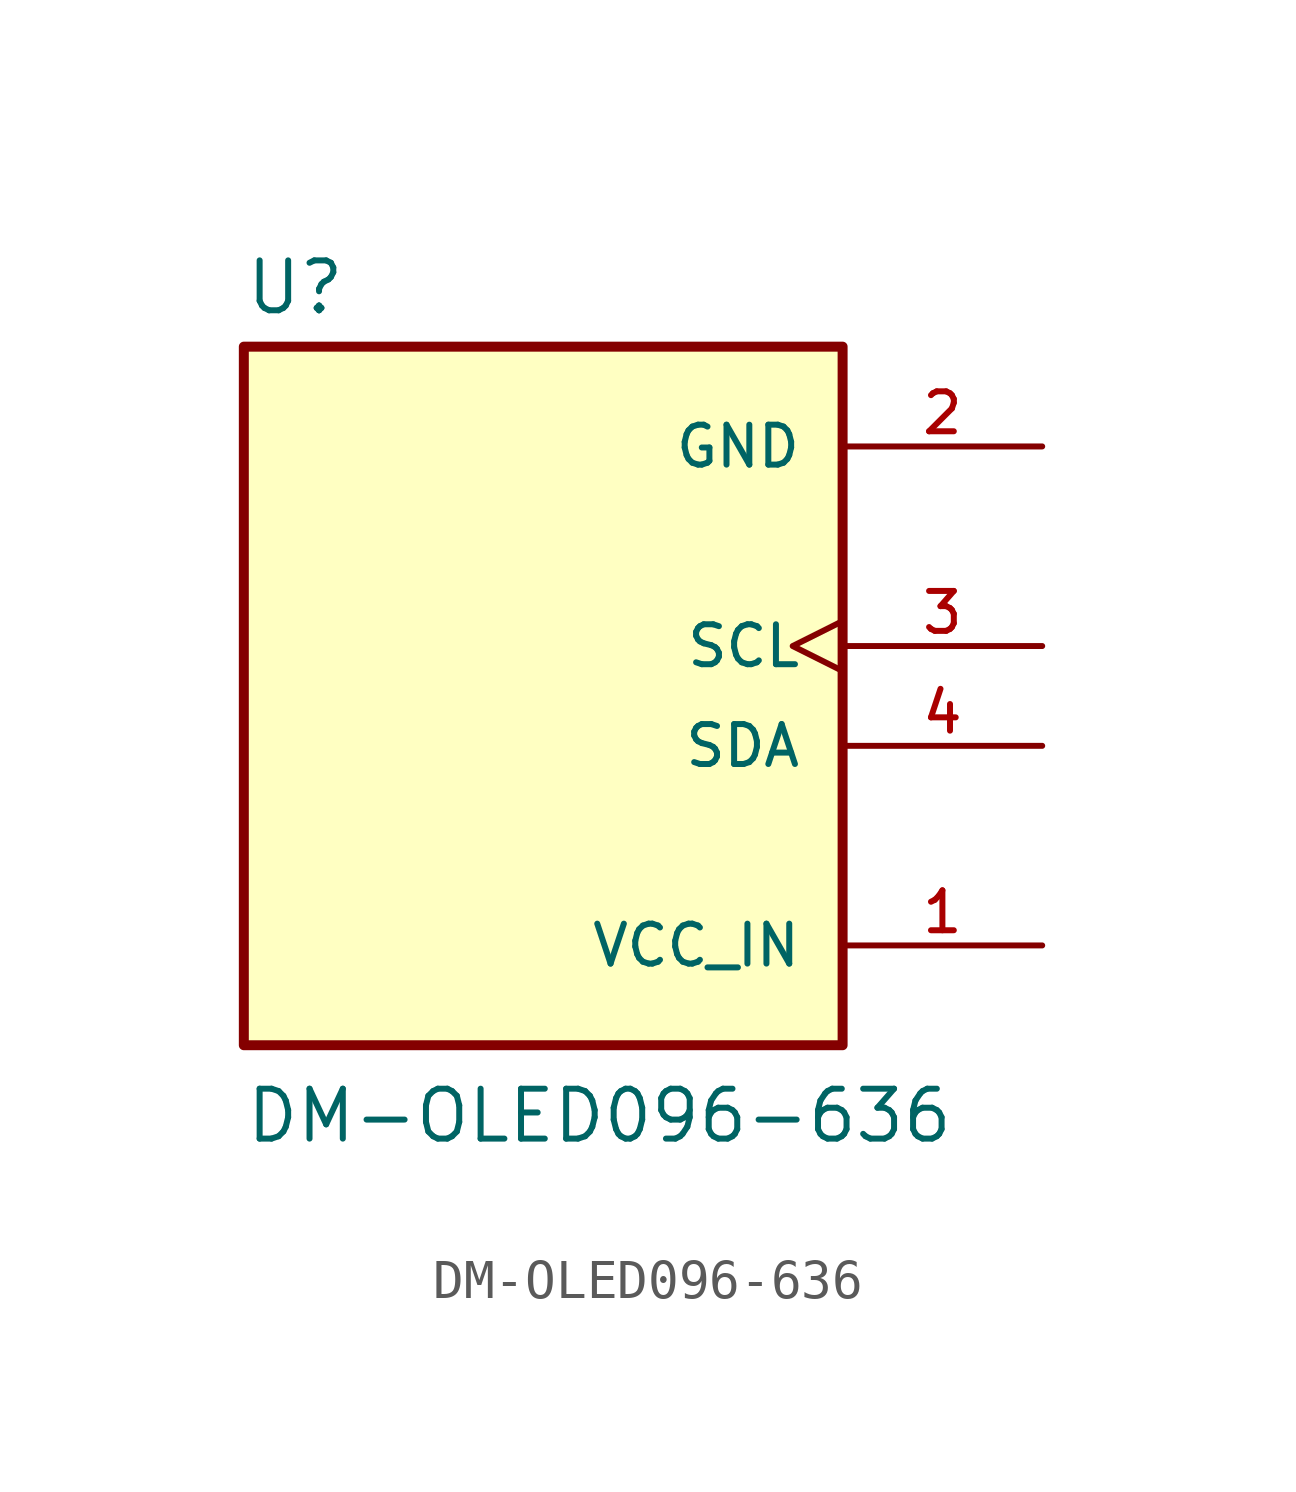
<source format=kicad_sym>
(kicad_symbol_lib
  (version 20231120)
  (generator "kicad_symbol_editor")
  (generator_version "8.0")
  (symbol "DM-OLED096-636"
    (pin_names
      (offset 1.016))
    (property "Reference" "U"
      (at -7.62 10.922 0)
      (effects (font (size 1.27 1.27)) (justify left bottom)))
    (property "Value" "DM-OLED096-636"
      (at -7.62 -10.16 0)
      (effects (font (size 1.27 1.27)) (justify left bottom)))
    (symbol "DM-OLED096-636_0_0"
      (rectangle (start -7.62 -7.62) (end 7.62 10.16) (stroke (width 0.254) (type default)) (fill (type background)))
      (pin input clock (at 12.7 2.54 180) (length 5.08) (name "SCL" (effects (font (size 1.016 1.016)))) (number "3" (effects (font (size 1.016 1.016)))))
      (pin bidirectional line (at 12.7 0 180) (length 5.08) (name "SDA" (effects (font (size 1.016 1.016)))) (number "4" (effects (font (size 1.016 1.016))))))
    (symbol "DM-OLED096-636_1_0"
      (pin input line (at 12.7 -5.08 180) (length 5.08) (name "VCC_IN" (effects (font (size 1.016 1.016)))) (number "1" (effects (font (size 1.016 1.016)))))
      (pin input line (at 12.7 7.62 180) (length 5.08) (name "GND" (effects (font (size 1.016 1.016)))) (number "2" (effects (font (size 1.016 1.016))))))))
</source>
